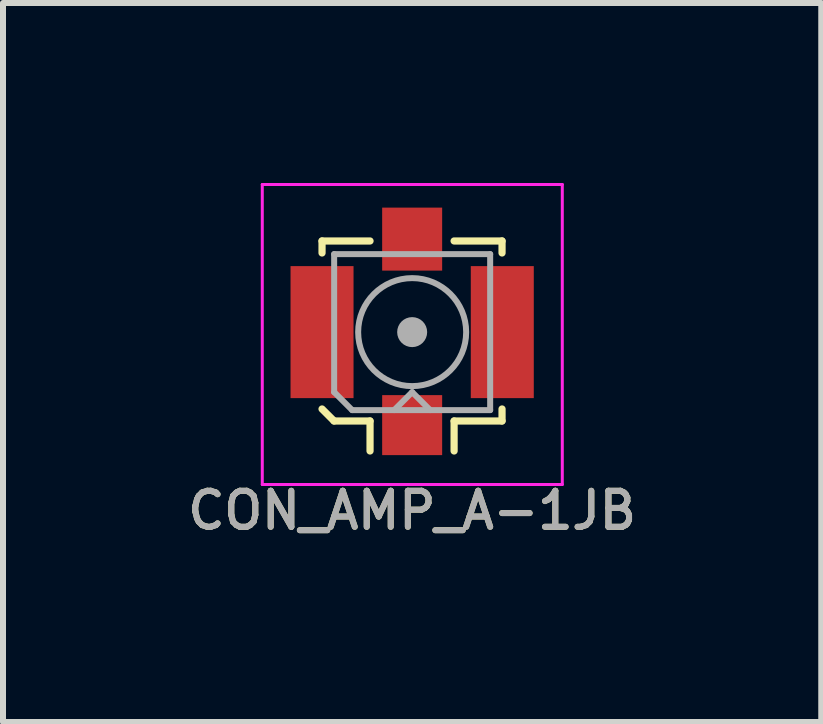
<source format=kicad_pcb>
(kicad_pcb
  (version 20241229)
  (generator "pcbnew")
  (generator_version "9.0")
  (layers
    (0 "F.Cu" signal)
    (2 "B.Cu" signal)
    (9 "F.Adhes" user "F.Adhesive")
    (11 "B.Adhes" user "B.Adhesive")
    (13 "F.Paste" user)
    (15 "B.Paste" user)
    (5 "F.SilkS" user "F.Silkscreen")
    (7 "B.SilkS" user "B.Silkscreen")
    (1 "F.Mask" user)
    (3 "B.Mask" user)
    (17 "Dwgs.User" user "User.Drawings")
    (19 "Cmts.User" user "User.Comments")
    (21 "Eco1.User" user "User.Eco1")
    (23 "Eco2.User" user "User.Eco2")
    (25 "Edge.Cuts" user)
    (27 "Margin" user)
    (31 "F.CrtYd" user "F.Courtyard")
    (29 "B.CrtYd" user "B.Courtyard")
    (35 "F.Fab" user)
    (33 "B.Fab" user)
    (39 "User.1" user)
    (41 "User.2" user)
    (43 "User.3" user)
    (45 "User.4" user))
  (footprint "CON_AMP_A-1JB"
    (layer "F.Cu")
    (at 3.819 2.485)
    (property "Reference" "CON_AMP_A-1JB" (at 0 2.972 0) (layer "F.SilkS") (effects (font (size 0.6 0.6) (thickness 0.1))))
    (attr smd)
    (fp_line (start -1.502 -1.519) (end -0.702 -1.519) (stroke (width 0.12) (type solid)) (layer "F.SilkS"))
    (fp_line (start -1.502 -1.319) (end -1.502 -1.519) (stroke (width 0.12) (type solid)) (layer "F.SilkS"))
    (fp_line (start -1.302 1.481) (end -1.502 1.281) (stroke (width 0.12) (type solid)) (layer "F.SilkS"))
    (fp_line (start -0.702 1.481) (end -1.302 1.481) (stroke (width 0.12) (type solid)) (layer "F.SilkS"))
    (fp_line (start -0.702 1.481) (end -0.702 1.981) (stroke (width 0.12) (type solid)) (layer "F.SilkS"))
    (fp_line (start 0.699 -1.519) (end 1.498 -1.519) (stroke (width 0.12) (type solid)) (layer "F.SilkS"))
    (fp_line (start 0.699 1.481) (end 0.699 1.981) (stroke (width 0.12) (type solid)) (layer "F.SilkS"))
    (fp_line (start 1.498 -1.519) (end 1.498 -1.319) (stroke (width 0.12) (type solid)) (layer "F.SilkS"))
    (fp_line (start 1.498 1.281) (end 1.498 1.481) (stroke (width 0.12) (type solid)) (layer "F.SilkS"))
    (fp_line (start 1.498 1.481) (end 0.699 1.481) (stroke (width 0.12) (type solid)) (layer "F.SilkS"))
    (fp_line (start -2.498 -2.46) (end -2.498 2.54) (stroke (width 0.05) (type solid)) (layer "F.CrtYd"))
    (fp_line (start -2.498 2.54) (end 2.502 2.54) (stroke (width 0.05) (type solid)) (layer "F.CrtYd"))
    (fp_line (start 2.502 -2.46) (end -2.498 -2.46) (stroke (width 0.05) (type solid)) (layer "F.CrtYd"))
    (fp_line (start 2.502 2.54) (end 2.502 -2.46) (stroke (width 0.05) (type solid)) (layer "F.CrtYd"))
    (fp_line (start -1.3 -1.3) (end -1.3 1) (stroke (width 0.1) (type solid)) (layer "F.Fab"))
    (fp_line (start -1.3 -1.3) (end 1.3 -1.3) (stroke (width 0.1) (type solid)) (layer "F.Fab"))
    (fp_line (start -1.3 1) (end -1 1.3) (stroke (width 0.1) (type solid)) (layer "F.Fab"))
    (fp_line (start -1 1.3) (end 1.3 1.3) (stroke (width 0.1) (type solid)) (layer "F.Fab"))
    (fp_line (start -0.3 1.3) (end 0 1) (stroke (width 0.1) (type solid)) (layer "F.Fab"))
    (fp_line (start 0 1) (end 0.3 1.3) (stroke (width 0.1) (type solid)) (layer "F.Fab"))
    (fp_line (start 1.3 -1.3) (end 1.3 1.3) (stroke (width 0.1) (type solid)) (layer "F.Fab"))
    (fp_circle (center 0 0) (end 0 0.05) (stroke (width 0.1) (type solid)) (fill no) (layer "F.Fab"))
    (fp_circle (center 0 0) (end 0 0.125) (stroke (width 0.1) (type solid)) (fill no) (layer "F.Fab"))
    (fp_circle (center 0 0) (end 0 0.2) (stroke (width 0.1) (type solid)) (fill no) (layer "F.Fab"))
    (fp_circle (center 0 0) (end 0.9 0) (stroke (width 0.1) (type solid)) (fill no) (layer "F.Fab"))
    (fp_text user "${REFERENCE}" (at 0 2.972 0) (layer "F.Fab") (effects (font (size 0.6 0.6) (thickness 0.1))))
    (pad "1" smd rect (at 0 1.55) (size 1 1) (layers "F.Cu" "F.Mask" "F.Paste"))
    (pad "2" smd rect (at -1.502 0) (size 1.05 2.2) (layers "F.Cu" "F.Mask" "F.Paste"))
    (pad "2" smd rect (at 0 -1.55) (size 1 1.05) (layers "F.Cu" "F.Mask" "F.Paste"))
    (pad "2" smd rect (at 1.502 0) (size 1.05 2.2) (layers "F.Cu" "F.Mask" "F.Paste")))
  (gr_rect
    (start -3 -3)
    (end 10.637 8.983)
    (stroke (width 0.1) (type default))
    (fill no)
    (layer "Edge.Cuts")))
</source>
